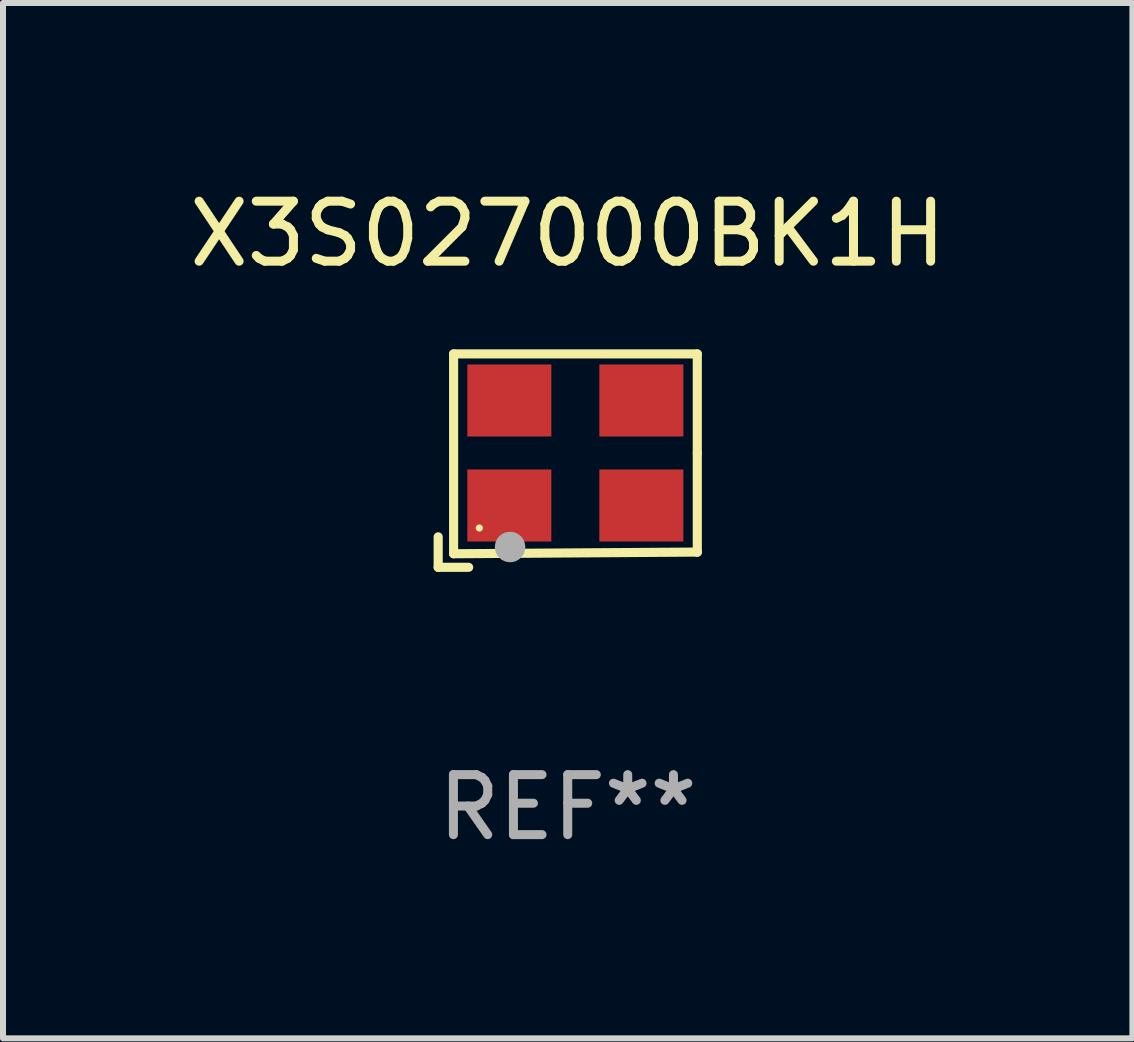
<source format=kicad_pcb>
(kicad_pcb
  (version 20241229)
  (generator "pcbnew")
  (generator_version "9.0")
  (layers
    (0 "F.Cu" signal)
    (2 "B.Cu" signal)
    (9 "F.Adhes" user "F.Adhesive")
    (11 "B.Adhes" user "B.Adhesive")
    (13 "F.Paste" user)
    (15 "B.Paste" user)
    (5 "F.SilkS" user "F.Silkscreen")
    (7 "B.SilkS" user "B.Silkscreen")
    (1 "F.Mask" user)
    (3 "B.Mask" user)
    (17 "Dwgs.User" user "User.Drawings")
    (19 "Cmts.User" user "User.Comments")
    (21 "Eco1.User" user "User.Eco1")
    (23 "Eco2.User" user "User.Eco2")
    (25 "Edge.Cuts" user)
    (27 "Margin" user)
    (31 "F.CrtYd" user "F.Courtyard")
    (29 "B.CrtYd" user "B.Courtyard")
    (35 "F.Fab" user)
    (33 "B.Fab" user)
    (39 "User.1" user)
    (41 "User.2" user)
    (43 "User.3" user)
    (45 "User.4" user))
  (footprint "X3S027000BK1H"
    (layer "F.Cu")
    (at 6.411 4.626)
    (property "Reference" "X3S027000BK1H" (at 0 -3.778 0) (layer "F.SilkS") (effects (font (size 1 1) (thickness 0.15))))
    (attr through_hole)
    (fp_line (start -2.159 1.27) (end -2.159 1.778) (stroke (width 0.152) (type solid)) (layer "F.SilkS"))
    (fp_line (start -2.159 1.778) (end -1.651 1.778) (stroke (width 0.152) (type solid)) (layer "F.SilkS"))
    (fp_line (start -1.902 -1.778) (end 2.159 -1.778) (stroke (width 0.152) (type solid)) (layer "F.SilkS"))
    (fp_line (start -1.902 1.552) (end -1.902 -1.778) (stroke (width 0.152) (type solid)) (layer "F.SilkS"))
    (fp_line (start 2.159 -1.778) (end 2.159 -0.127) (stroke (width 0.152) (type solid)) (layer "F.SilkS"))
    (fp_line (start 2.159 -0.127) (end 2.159 1.524) (stroke (width 0.152) (type solid)) (layer "F.SilkS"))
    (fp_line (start 2.159 1.524) (end -1.902 1.552) (stroke (width 0.152) (type solid)) (layer "F.SilkS"))
    (fp_line (start 2.159 1.524) (end 2.159 1.524) (stroke (width 0.152) (type solid)) (layer "F.SilkS"))
    (fp_circle (center -1.473 1.123) (end -1.443 1.123) (stroke (width 0.06) (type solid)) (fill no) (layer "F.SilkS"))
    (fp_circle (center -0.961 1.44) (end -0.834 1.44) (stroke (width 0.254) (type solid)) (fill no) (layer "F.Fab"))
    (fp_text user "REF**" (at 0 5.778 0) (layer "F.Fab") (effects (font (size 1 1) (thickness 0.15))))
    (pad "1" smd rect (at -0.973 0.748) (size 1.4 1.2) (layers "F.Cu" "F.Mask" "F.Paste"))
    (pad "2" smd rect (at 1.227 0.748) (size 1.4 1.2) (layers "F.Cu" "F.Mask" "F.Paste"))
    (pad "3" smd rect (at 1.227 -1.002) (size 1.4 1.2) (layers "F.Cu" "F.Mask" "F.Paste"))
    (pad "4" smd rect (at -0.973 -1.002) (size 1.4 1.2) (layers "F.Cu" "F.Mask" "F.Paste")))
  (gr_rect
    (start -3 -3)
    (end 15.821 14.253)
    (stroke (width 0.1) (type default))
    (fill no)
    (layer "Edge.Cuts")))
</source>
